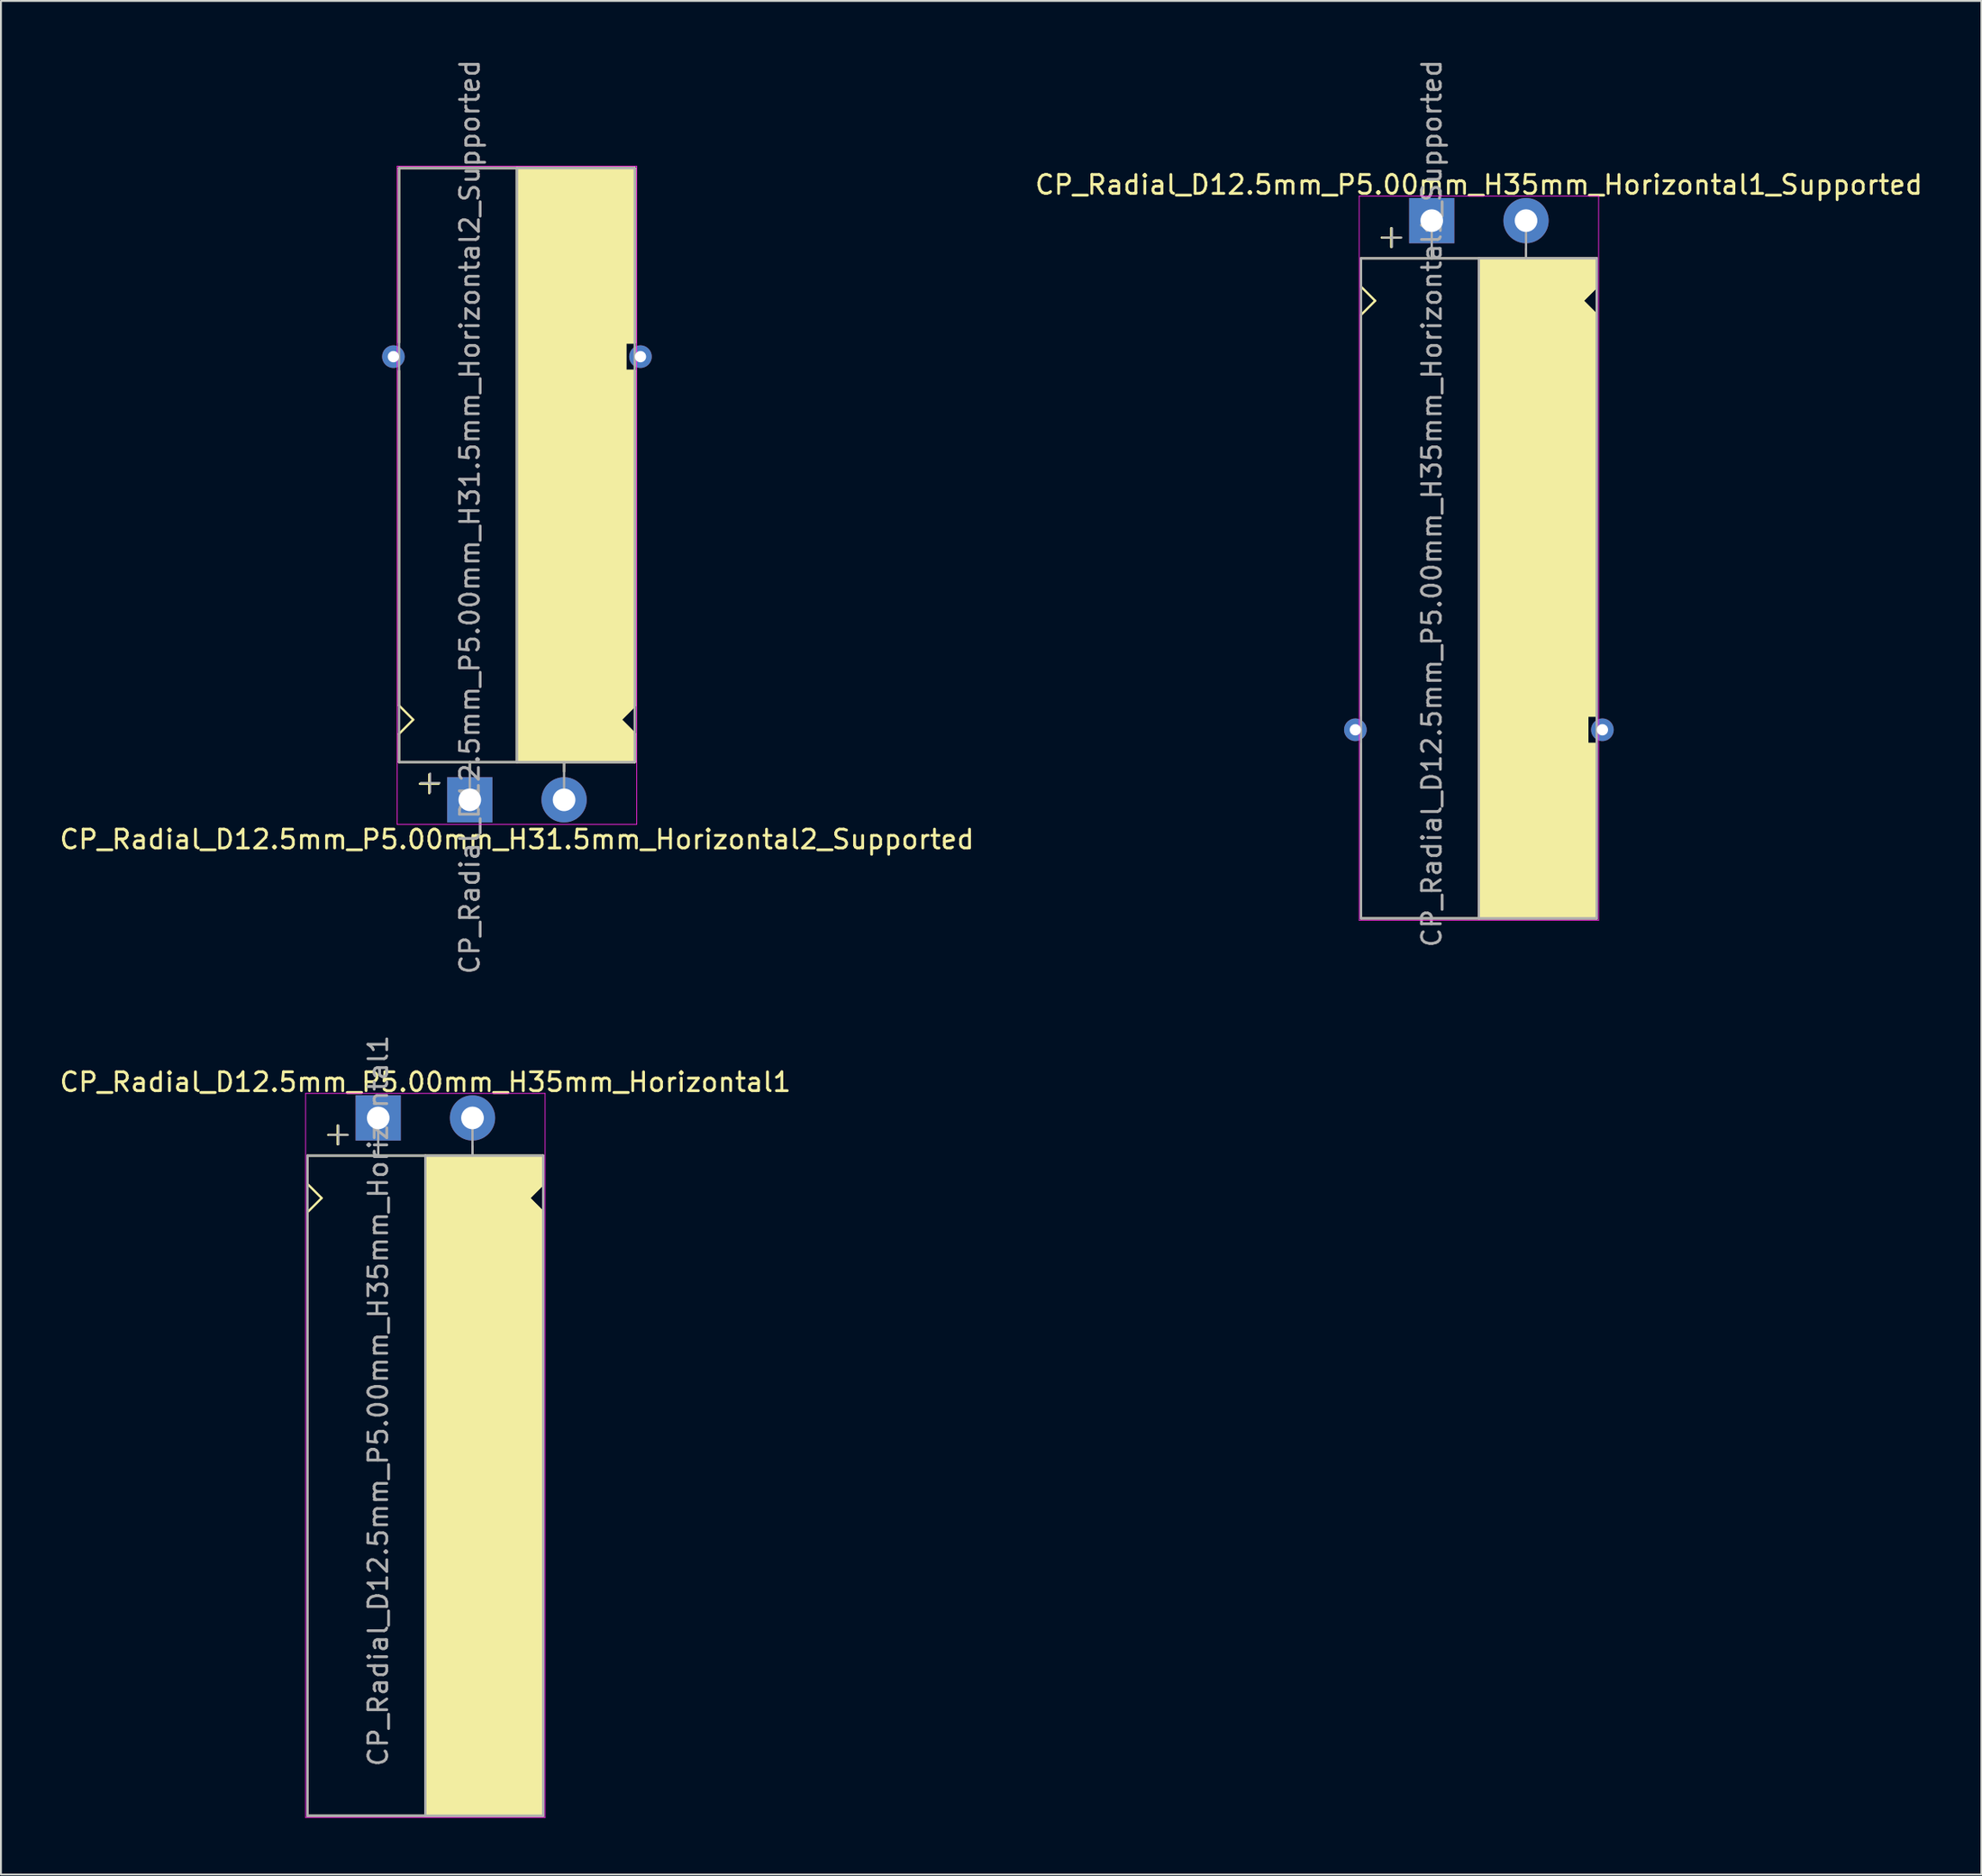
<source format=kicad_pcb>
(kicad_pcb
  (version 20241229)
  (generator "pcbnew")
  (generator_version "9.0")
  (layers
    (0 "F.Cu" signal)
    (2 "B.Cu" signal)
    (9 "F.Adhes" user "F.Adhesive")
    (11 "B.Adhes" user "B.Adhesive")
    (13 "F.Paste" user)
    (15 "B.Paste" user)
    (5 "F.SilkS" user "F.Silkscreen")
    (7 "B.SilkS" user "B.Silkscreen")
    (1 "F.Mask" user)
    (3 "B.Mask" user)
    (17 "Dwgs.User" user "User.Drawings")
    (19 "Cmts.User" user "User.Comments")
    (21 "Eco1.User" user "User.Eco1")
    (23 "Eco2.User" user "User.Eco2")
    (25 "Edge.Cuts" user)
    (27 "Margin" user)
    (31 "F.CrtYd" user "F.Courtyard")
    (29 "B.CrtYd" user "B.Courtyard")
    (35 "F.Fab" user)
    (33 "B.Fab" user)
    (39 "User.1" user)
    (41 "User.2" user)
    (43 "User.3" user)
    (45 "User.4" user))
  (footprint "CP_Radial_D12.5mm_P5.00mm_H31.5mm_Horizontal2_Supported"
    (layer "F.Cu")
    (at 21.863 39.363)
    (property "Reference" "CP_Radial_D12.5mm_P5.00mm_H31.5mm_Horizontal2_Supported" (at 2.5 2.1 180) (layer "F.SilkS") (effects (font (size 1 1) (thickness 0.15))))
    (attr through_hole)
    (fp_line (start -3.75 -33.5) (end -3.75 -24.25) (stroke (width 0.12) (type solid)) (layer "F.SilkS"))
    (fp_line (start -3.75 -5) (end -3.75 -22.75) (stroke (width 0.12) (type solid)) (layer "F.SilkS"))
    (fp_line (start -3.75 -3.5) (end -3 -4.25) (stroke (width 0.12) (type solid)) (layer "F.SilkS"))
    (fp_line (start -3.75 -2) (end -3.75 -3.5) (stroke (width 0.12) (type solid)) (layer "F.SilkS"))
    (fp_line (start -3 -4.25) (end -3.75 -5) (stroke (width 0.12) (type solid)) (layer "F.SilkS"))
    (fp_line (start -2.15 -1.35) (end -2.15 -0.35) (stroke (width 0.12) (type solid)) (layer "F.SilkS"))
    (fp_line (start -1.65 -0.85) (end -2.65 -0.85) (stroke (width 0.12) (type solid)) (layer "F.SilkS"))
    (fp_line (start 0 -1.5) (end 0 -2) (stroke (width 0.12) (type solid)) (layer "F.SilkS"))
    (fp_line (start 2.5 -2) (end -3.75 -2) (stroke (width 0.12) (type solid)) (layer "F.SilkS"))
    (fp_line (start 2.5 -2) (end 2.5 -33.5) (stroke (width 0.12) (type solid)) (layer "F.SilkS"))
    (fp_line (start 2.5 -2) (end 8.75 -2) (stroke (width 0.12) (type solid)) (layer "F.SilkS"))
    (fp_line (start 5 -1.5) (end 5 -2) (stroke (width 0.12) (type solid)) (layer "F.SilkS"))
    (fp_line (start 8 -4.25) (end 8.75 -5) (stroke (width 0.12) (type solid)) (layer "F.SilkS"))
    (fp_line (start 8.25 -24.25) (end 8.25 -22.75) (stroke (width 0.12) (type solid)) (layer "F.SilkS"))
    (fp_line (start 8.25 -22.75) (end 8.75 -22.75) (stroke (width 0.12) (type solid)) (layer "F.SilkS"))
    (fp_line (start 8.75 -33.5) (end -3.75 -33.5) (stroke (width 0.12) (type solid)) (layer "F.SilkS"))
    (fp_line (start 8.75 -33.5) (end 8.75 -24.25) (stroke (width 0.12) (type solid)) (layer "F.SilkS"))
    (fp_line (start 8.75 -24.25) (end 8.25 -24.25) (stroke (width 0.12) (type solid)) (layer "F.SilkS"))
    (fp_line (start 8.75 -5) (end 8.75 -22.75) (stroke (width 0.12) (type solid)) (layer "F.SilkS"))
    (fp_line (start 8.75 -3.5) (end 8 -4.25) (stroke (width 0.12) (type solid)) (layer "F.SilkS"))
    (fp_line (start 8.75 -2) (end 8.75 -3.5) (stroke (width 0.12) (type solid)) (layer "F.SilkS"))
    (fp_poly (pts (xy 8.75 -3.5) (xy 8 -4.25) (xy 8.75 -5) (xy 8.75 -22.75) (xy 8.25 -22.75) (xy 8.25 -24.25) (xy 8.75 -24.25) (xy 8.75 -33.5) (xy 2.5 -33.5) (xy 2.5 -2) (xy 8.75 -2)) (stroke (width 0.1) (type solid)) (fill yes) (layer "F.SilkS"))
    (fp_line (start -3.85 -33.6) (end -3.85 1.3) (stroke (width 0.04) (type solid)) (layer "F.CrtYd"))
    (fp_line (start 8.85 -33.6) (end -3.85 -33.6) (stroke (width 0.04) (type solid)) (layer "F.CrtYd"))
    (fp_line (start 8.85 1.3) (end -3.85 1.3) (stroke (width 0.04) (type solid)) (layer "F.CrtYd"))
    (fp_line (start 8.85 1.3) (end 8.85 -33.6) (stroke (width 0.04) (type solid)) (layer "F.CrtYd"))
    (fp_line (start -3.75 -33.5) (end 8.75 -33.5) (stroke (width 0.12) (type solid)) (layer "F.Fab"))
    (fp_line (start -3.75 -2) (end -3.75 -33.5) (stroke (width 0.12) (type solid)) (layer "F.Fab"))
    (fp_line (start -2.6 -0.9) (end -1.6 -0.9) (stroke (width 0.1) (type solid)) (layer "F.Fab"))
    (fp_line (start -2.1 -0.4) (end -2.1 -1.4) (stroke (width 0.1) (type solid)) (layer "F.Fab"))
    (fp_line (start 0 -2) (end -3.75 -2) (stroke (width 0.12) (type solid)) (layer "F.Fab"))
    (fp_line (start 0 0) (end 0 -2) (stroke (width 0.12) (type solid)) (layer "F.Fab"))
    (fp_line (start 2.5 -2) (end 2.5 -33.5) (stroke (width 0.12) (type solid)) (layer "F.Fab"))
    (fp_line (start 5 -2) (end 5 0) (stroke (width 0.12) (type solid)) (layer "F.Fab"))
    (fp_line (start 8.75 -33.5) (end 8.75 -2) (stroke (width 0.12) (type solid)) (layer "F.Fab"))
    (fp_line (start 8.75 -2) (end 0 -2) (stroke (width 0.12) (type solid)) (layer "F.Fab"))
    (fp_poly (pts (xy 8.75 -33.5) (xy 2.5 -33.5) (xy 2.5 -2) (xy 8.75 -2)) (stroke (width 0.1) (type solid)) (fill no) (layer "F.Fab"))
    (fp_text user "${REFERENCE}" (at 0 -15 90) (layer "F.Fab") (effects (font (size 1 1) (thickness 0.15))))
    (pad "" thru_hole circle (at -4.05 -23.5 180) (size 1.2 1.2) (drill 0.6) (layers "*.Cu" "*.Mask"))
    (pad "" thru_hole circle (at 9.05 -23.5 180) (size 1.2 1.2) (drill 0.6) (layers "*.Cu" "*.Mask"))
    (pad "1" thru_hole rect (at 0 0) (size 2.4 2.4) (drill 1.2) (layers "*.Cu" "*.Mask"))
    (pad "2" thru_hole circle (at 5 0) (size 2.4 2.4) (drill 1.2) (layers "*.Cu" "*.Mask")))
  (footprint "CP_Radial_D12.5mm_P5.00mm_H35mm_Horizontal1_Supported"
    (layer "F.Cu")
    (at 72.875 8.649)
    (property "Reference" "CP_Radial_D12.5mm_P5.00mm_H35mm_Horizontal1_Supported" (at 2.5 -1.9 180) (layer "F.SilkS") (effects (font (size 1 1) (thickness 0.15))))
    (attr through_hole)
    (fp_line (start -3.75 2) (end -3.75 3.5) (stroke (width 0.12) (type solid)) (layer "F.SilkS"))
    (fp_line (start -3.75 3.5) (end -3 4.25) (stroke (width 0.12) (type solid)) (layer "F.SilkS"))
    (fp_line (start -3.75 5) (end -3.75 26.25) (stroke (width 0.12) (type solid)) (layer "F.SilkS"))
    (fp_line (start -3.75 37) (end -3.75 27.75) (stroke (width 0.12) (type solid)) (layer "F.SilkS"))
    (fp_line (start -3 4.25) (end -3.75 5) (stroke (width 0.12) (type solid)) (layer "F.SilkS"))
    (fp_line (start -2.15 0.4) (end -2.15 1.4) (stroke (width 0.12) (type solid)) (layer "F.SilkS"))
    (fp_line (start -1.65 0.9) (end -2.65 0.9) (stroke (width 0.12) (type solid)) (layer "F.SilkS"))
    (fp_line (start 0 1.5) (end 0 2) (stroke (width 0.12) (type solid)) (layer "F.SilkS"))
    (fp_line (start 2.5 2) (end -3.75 2) (stroke (width 0.12) (type solid)) (layer "F.SilkS"))
    (fp_line (start 2.5 2) (end 2.5 37) (stroke (width 0.12) (type solid)) (layer "F.SilkS"))
    (fp_line (start 2.5 2) (end 8.75 2) (stroke (width 0.12) (type solid)) (layer "F.SilkS"))
    (fp_line (start 5 1.5) (end 5 2) (stroke (width 0.12) (type solid)) (layer "F.SilkS"))
    (fp_line (start 8 4.25) (end 8.75 5) (stroke (width 0.12) (type solid)) (layer "F.SilkS"))
    (fp_line (start 8.25 26.25) (end 8.75 26.25) (stroke (width 0.12) (type solid)) (layer "F.SilkS"))
    (fp_line (start 8.25 27.75) (end 8.25 26.25) (stroke (width 0.12) (type solid)) (layer "F.SilkS"))
    (fp_line (start 8.75 2) (end 8.75 3.5) (stroke (width 0.12) (type solid)) (layer "F.SilkS"))
    (fp_line (start 8.75 3.5) (end 8 4.25) (stroke (width 0.12) (type solid)) (layer "F.SilkS"))
    (fp_line (start 8.75 5) (end 8.75 26.25) (stroke (width 0.12) (type solid)) (layer "F.SilkS"))
    (fp_line (start 8.75 27.75) (end 8.25 27.75) (stroke (width 0.12) (type solid)) (layer "F.SilkS"))
    (fp_line (start 8.75 37) (end -3.75 37) (stroke (width 0.12) (type solid)) (layer "F.SilkS"))
    (fp_line (start 8.75 37) (end 8.75 27.75) (stroke (width 0.12) (type solid)) (layer "F.SilkS"))
    (fp_poly (pts (xy 8.75 3.5) (xy 8 4.25) (xy 8.75 5) (xy 8.75 26.25) (xy 8.25 26.25) (xy 8.25 27.75) (xy 8.75 27.75) (xy 8.75 37) (xy 2.5 37) (xy 2.5 2) (xy 8.75 2)) (stroke (width 0.1) (type solid)) (fill yes) (layer "F.SilkS"))
    (fp_line (start -3.85 -1.3) (end 8.85 -1.3) (stroke (width 0.04) (type solid)) (layer "F.CrtYd"))
    (fp_line (start -3.85 37.1) (end -3.85 -1.3) (stroke (width 0.04) (type solid)) (layer "F.CrtYd"))
    (fp_line (start 8.85 -1.3) (end 8.85 37.1) (stroke (width 0.04) (type solid)) (layer "F.CrtYd"))
    (fp_line (start 8.85 37.1) (end -3.85 37.1) (stroke (width 0.04) (type solid)) (layer "F.CrtYd"))
    (fp_line (start -3.75 2) (end -3.75 37) (stroke (width 0.12) (type solid)) (layer "F.Fab"))
    (fp_line (start -3.75 37) (end 8.75 37) (stroke (width 0.12) (type solid)) (layer "F.Fab"))
    (fp_line (start -2.6 0.9) (end -1.6 0.9) (stroke (width 0.1) (type solid)) (layer "F.Fab"))
    (fp_line (start -2.1 1.4) (end -2.1 0.4) (stroke (width 0.1) (type solid)) (layer "F.Fab"))
    (fp_line (start 0 0) (end 0 2) (stroke (width 0.12) (type solid)) (layer "F.Fab"))
    (fp_line (start 0 2) (end -3.75 2) (stroke (width 0.12) (type solid)) (layer "F.Fab"))
    (fp_line (start 2.5 2) (end 2.5 37) (stroke (width 0.12) (type solid)) (layer "F.Fab"))
    (fp_line (start 5 2) (end 5 0) (stroke (width 0.12) (type solid)) (layer "F.Fab"))
    (fp_line (start 8.75 2) (end 0 2) (stroke (width 0.12) (type solid)) (layer "F.Fab"))
    (fp_line (start 8.75 37) (end 8.75 2) (stroke (width 0.12) (type solid)) (layer "F.Fab"))
    (fp_poly (pts (xy 8.75 37) (xy 2.5 37) (xy 2.5 2) (xy 8.75 2)) (stroke (width 0.1) (type solid)) (fill no) (layer "F.Fab"))
    (fp_text user "${REFERENCE}" (at 0 15 90) (layer "F.Fab") (effects (font (size 1 1) (thickness 0.15))))
    (pad "" thru_hole circle (at -4.05 27) (size 1.2 1.2) (drill 0.6) (layers "*.Cu" "*.Mask"))
    (pad "" thru_hole circle (at 9.05 27) (size 1.2 1.2) (drill 0.6) (layers "*.Cu" "*.Mask"))
    (pad "1" thru_hole rect (at 0 0) (size 2.4 2.4) (drill 1.2) (layers "*.Cu" "*.Mask"))
    (pad "2" thru_hole circle (at 5 0) (size 2.4 2.4) (drill 1.2) (layers "*.Cu" "*.Mask")))
  (footprint "CP_Radial_D12.5mm_P5.00mm_H35mm_Horizontal1"
    (layer "F.Cu")
    (at 17.006 56.232)
    (property "Reference" "CP_Radial_D12.5mm_P5.00mm_H35mm_Horizontal1" (at 2.5 -1.9 180) (layer "F.SilkS") (effects (font (size 1 1) (thickness 0.15))))
    (attr through_hole)
    (fp_line (start -3.75 2) (end -3.75 3.5) (stroke (width 0.12) (type solid)) (layer "F.SilkS"))
    (fp_line (start -3.75 3.5) (end -3 4.25) (stroke (width 0.12) (type solid)) (layer "F.SilkS"))
    (fp_line (start -3.75 5) (end -3.75 37) (stroke (width 0.12) (type solid)) (layer "F.SilkS"))
    (fp_line (start -3 4.25) (end -3.75 5) (stroke (width 0.12) (type solid)) (layer "F.SilkS"))
    (fp_line (start -2.15 0.4) (end -2.15 1.4) (stroke (width 0.12) (type solid)) (layer "F.SilkS"))
    (fp_line (start -1.65 0.9) (end -2.65 0.9) (stroke (width 0.12) (type solid)) (layer "F.SilkS"))
    (fp_line (start 0 1.5) (end 0 2) (stroke (width 0.12) (type solid)) (layer "F.SilkS"))
    (fp_line (start 2.5 2) (end -3.75 2) (stroke (width 0.12) (type solid)) (layer "F.SilkS"))
    (fp_line (start 2.5 2) (end 2.5 37) (stroke (width 0.12) (type solid)) (layer "F.SilkS"))
    (fp_line (start 2.5 2) (end 8.75 2) (stroke (width 0.12) (type solid)) (layer "F.SilkS"))
    (fp_line (start 5 1.5) (end 5 2) (stroke (width 0.12) (type solid)) (layer "F.SilkS"))
    (fp_line (start 8 4.25) (end 8.75 5) (stroke (width 0.12) (type solid)) (layer "F.SilkS"))
    (fp_line (start 8.75 2) (end 8.75 3.5) (stroke (width 0.12) (type solid)) (layer "F.SilkS"))
    (fp_line (start 8.75 3.5) (end 8 4.25) (stroke (width 0.12) (type solid)) (layer "F.SilkS"))
    (fp_line (start 8.75 5) (end 8.75 37) (stroke (width 0.12) (type solid)) (layer "F.SilkS"))
    (fp_line (start 8.75 37) (end -3.75 37) (stroke (width 0.12) (type solid)) (layer "F.SilkS"))
    (fp_poly (pts (xy 8.75 3.5) (xy 8 4.25) (xy 8.75 5) (xy 8.75 37) (xy 2.5 37) (xy 2.5 2) (xy 8.75 2)) (stroke (width 0.1) (type solid)) (fill yes) (layer "F.SilkS"))
    (fp_line (start -3.85 -1.3) (end 8.85 -1.3) (stroke (width 0.04) (type solid)) (layer "F.CrtYd"))
    (fp_line (start -3.85 37.1) (end -3.85 -1.3) (stroke (width 0.04) (type solid)) (layer "F.CrtYd"))
    (fp_line (start 8.85 -1.3) (end 8.85 37.1) (stroke (width 0.04) (type solid)) (layer "F.CrtYd"))
    (fp_line (start 8.85 37.1) (end -3.85 37.1) (stroke (width 0.04) (type solid)) (layer "F.CrtYd"))
    (fp_line (start -3.75 2) (end -3.75 37) (stroke (width 0.12) (type solid)) (layer "F.Fab"))
    (fp_line (start -3.75 37) (end 8.75 37) (stroke (width 0.12) (type solid)) (layer "F.Fab"))
    (fp_line (start -2.6 0.9) (end -1.6 0.9) (stroke (width 0.1) (type solid)) (layer "F.Fab"))
    (fp_line (start -2.1 1.4) (end -2.1 0.4) (stroke (width 0.1) (type solid)) (layer "F.Fab"))
    (fp_line (start 0 0) (end 0 2) (stroke (width 0.12) (type solid)) (layer "F.Fab"))
    (fp_line (start 0 2) (end -3.75 2) (stroke (width 0.12) (type solid)) (layer "F.Fab"))
    (fp_line (start 2.5 2) (end 2.5 37) (stroke (width 0.12) (type solid)) (layer "F.Fab"))
    (fp_line (start 5 2) (end 5 0) (stroke (width 0.12) (type solid)) (layer "F.Fab"))
    (fp_line (start 8.75 2) (end 0 2) (stroke (width 0.12) (type solid)) (layer "F.Fab"))
    (fp_line (start 8.75 37) (end 8.75 2) (stroke (width 0.12) (type solid)) (layer "F.Fab"))
    (fp_poly (pts (xy 8.75 37) (xy 2.5 37) (xy 2.5 2) (xy 8.75 2)) (stroke (width 0.1) (type solid)) (fill no) (layer "F.Fab"))
    (fp_text user "${REFERENCE}" (at 0 15 90) (layer "F.Fab") (effects (font (size 1 1) (thickness 0.15))))
    (pad "1" thru_hole rect (at 0 0) (size 2.4 2.4) (drill 1.2) (layers "*.Cu" "*.Mask"))
    (pad "2" thru_hole circle (at 5 0) (size 2.4 2.4) (drill 1.2) (layers "*.Cu" "*.Mask")))
  (gr_rect
    (start -3 -3)
    (end 102.024 96.352)
    (stroke (width 0.1) (type default))
    (fill no)
    (layer "Edge.Cuts")))
</source>
